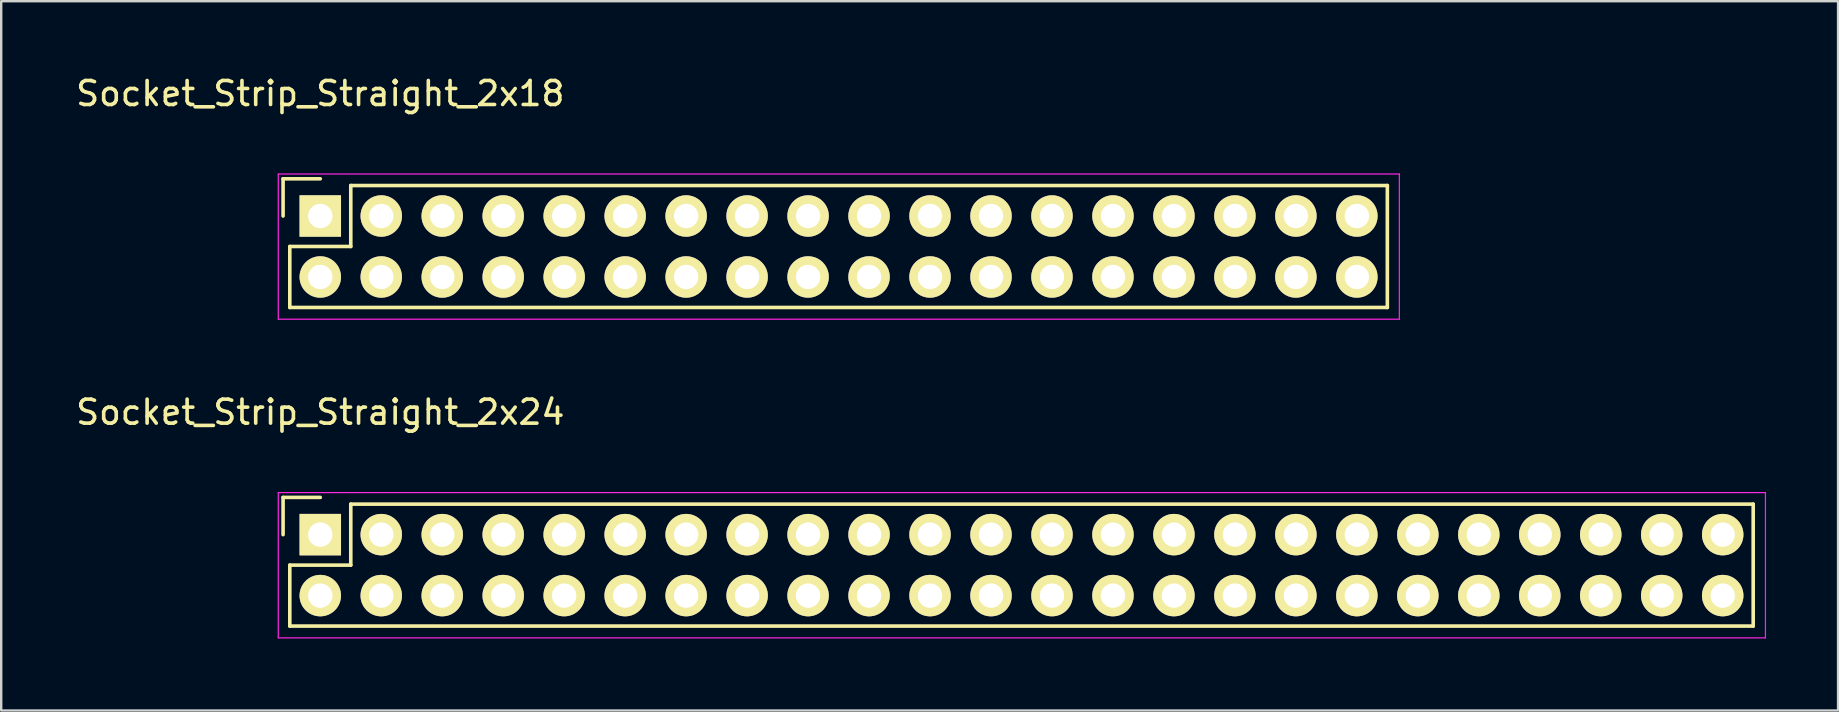
<source format=kicad_pcb>
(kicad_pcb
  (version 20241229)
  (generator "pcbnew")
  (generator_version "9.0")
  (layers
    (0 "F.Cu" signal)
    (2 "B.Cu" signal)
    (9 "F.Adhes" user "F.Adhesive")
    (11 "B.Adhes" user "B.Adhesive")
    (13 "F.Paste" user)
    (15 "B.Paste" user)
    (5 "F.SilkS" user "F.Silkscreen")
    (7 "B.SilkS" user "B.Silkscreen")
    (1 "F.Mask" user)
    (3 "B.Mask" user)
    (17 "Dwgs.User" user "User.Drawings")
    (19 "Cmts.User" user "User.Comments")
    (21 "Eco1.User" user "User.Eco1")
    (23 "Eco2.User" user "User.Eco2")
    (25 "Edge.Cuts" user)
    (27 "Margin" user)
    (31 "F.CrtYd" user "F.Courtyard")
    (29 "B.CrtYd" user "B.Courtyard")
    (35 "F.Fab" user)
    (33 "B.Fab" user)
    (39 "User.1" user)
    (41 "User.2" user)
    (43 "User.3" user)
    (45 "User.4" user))
  (footprint "Socket_Strip_Straight_2x18"
    (layer "F.Cu")
    (at 10.292 5.948)
    (property "Reference" "Socket_Strip_Straight_2x18" (at 0 -5.1 0) (layer "F.SilkS") (effects (font (size 1 1) (thickness 0.15))))
    (attr through_hole)
    (fp_line (start -1.55 -1.55) (end -1.55 0) (stroke (width 0.15) (type solid)) (layer "F.SilkS"))
    (fp_line (start -1.27 1.27) (end 1.27 1.27) (stroke (width 0.15) (type solid)) (layer "F.SilkS"))
    (fp_line (start -1.27 3.81) (end -1.27 1.27) (stroke (width 0.15) (type solid)) (layer "F.SilkS"))
    (fp_line (start -1.27 3.81) (end 44.45 3.81) (stroke (width 0.15) (type solid)) (layer "F.SilkS"))
    (fp_line (start 0 -1.55) (end -1.55 -1.55) (stroke (width 0.15) (type solid)) (layer "F.SilkS"))
    (fp_line (start 1.27 1.27) (end 1.27 -1.27) (stroke (width 0.15) (type solid)) (layer "F.SilkS"))
    (fp_line (start 44.45 -1.27) (end 1.27 -1.27) (stroke (width 0.15) (type solid)) (layer "F.SilkS"))
    (fp_line (start 44.45 3.81) (end 44.45 -1.27) (stroke (width 0.15) (type solid)) (layer "F.SilkS"))
    (fp_line (start -1.75 -1.75) (end -1.75 4.3) (stroke (width 0.05) (type solid)) (layer "F.CrtYd"))
    (fp_line (start -1.75 -1.75) (end 44.95 -1.75) (stroke (width 0.05) (type solid)) (layer "F.CrtYd"))
    (fp_line (start -1.75 4.3) (end 44.95 4.3) (stroke (width 0.05) (type solid)) (layer "F.CrtYd"))
    (fp_line (start 44.95 -1.75) (end 44.95 4.3) (stroke (width 0.05) (type solid)) (layer "F.CrtYd"))
    (pad "1" thru_hole rect (at 0 0) (size 1.727 1.727) (drill 1.016) (layers "*.Cu" "*.Mask" "F.SilkS"))
    (pad "2" thru_hole oval (at 0 2.54) (size 1.727 1.727) (drill 1.016) (layers "*.Cu" "*.Mask" "F.SilkS"))
    (pad "3" thru_hole oval (at 2.54 0) (size 1.727 1.727) (drill 1.016) (layers "*.Cu" "*.Mask" "F.SilkS"))
    (pad "4" thru_hole oval (at 2.54 2.54) (size 1.727 1.727) (drill 1.016) (layers "*.Cu" "*.Mask" "F.SilkS"))
    (pad "5" thru_hole oval (at 5.08 0) (size 1.727 1.727) (drill 1.016) (layers "*.Cu" "*.Mask" "F.SilkS"))
    (pad "6" thru_hole oval (at 5.08 2.54) (size 1.727 1.727) (drill 1.016) (layers "*.Cu" "*.Mask" "F.SilkS"))
    (pad "7" thru_hole oval (at 7.62 0) (size 1.727 1.727) (drill 1.016) (layers "*.Cu" "*.Mask" "F.SilkS"))
    (pad "8" thru_hole oval (at 7.62 2.54) (size 1.727 1.727) (drill 1.016) (layers "*.Cu" "*.Mask" "F.SilkS"))
    (pad "9" thru_hole oval (at 10.16 0) (size 1.727 1.727) (drill 1.016) (layers "*.Cu" "*.Mask" "F.SilkS"))
    (pad "10" thru_hole oval (at 10.16 2.54) (size 1.727 1.727) (drill 1.016) (layers "*.Cu" "*.Mask" "F.SilkS"))
    (pad "11" thru_hole oval (at 12.7 0) (size 1.727 1.727) (drill 1.016) (layers "*.Cu" "*.Mask" "F.SilkS"))
    (pad "12" thru_hole oval (at 12.7 2.54) (size 1.727 1.727) (drill 1.016) (layers "*.Cu" "*.Mask" "F.SilkS"))
    (pad "13" thru_hole oval (at 15.24 0) (size 1.727 1.727) (drill 1.016) (layers "*.Cu" "*.Mask" "F.SilkS"))
    (pad "14" thru_hole oval (at 15.24 2.54) (size 1.727 1.727) (drill 1.016) (layers "*.Cu" "*.Mask" "F.SilkS"))
    (pad "15" thru_hole oval (at 17.78 0) (size 1.727 1.727) (drill 1.016) (layers "*.Cu" "*.Mask" "F.SilkS"))
    (pad "16" thru_hole oval (at 17.78 2.54) (size 1.727 1.727) (drill 1.016) (layers "*.Cu" "*.Mask" "F.SilkS"))
    (pad "17" thru_hole oval (at 20.32 0) (size 1.727 1.727) (drill 1.016) (layers "*.Cu" "*.Mask" "F.SilkS"))
    (pad "18" thru_hole oval (at 20.32 2.54) (size 1.727 1.727) (drill 1.016) (layers "*.Cu" "*.Mask" "F.SilkS"))
    (pad "19" thru_hole oval (at 22.86 0) (size 1.727 1.727) (drill 1.016) (layers "*.Cu" "*.Mask" "F.SilkS"))
    (pad "20" thru_hole oval (at 22.86 2.54) (size 1.727 1.727) (drill 1.016) (layers "*.Cu" "*.Mask" "F.SilkS"))
    (pad "21" thru_hole oval (at 25.4 0) (size 1.727 1.727) (drill 1.016) (layers "*.Cu" "*.Mask" "F.SilkS"))
    (pad "22" thru_hole oval (at 25.4 2.54) (size 1.727 1.727) (drill 1.016) (layers "*.Cu" "*.Mask" "F.SilkS"))
    (pad "23" thru_hole oval (at 27.94 0) (size 1.727 1.727) (drill 1.016) (layers "*.Cu" "*.Mask" "F.SilkS"))
    (pad "24" thru_hole oval (at 27.94 2.54) (size 1.727 1.727) (drill 1.016) (layers "*.Cu" "*.Mask" "F.SilkS"))
    (pad "25" thru_hole oval (at 30.48 0) (size 1.727 1.727) (drill 1.016) (layers "*.Cu" "*.Mask" "F.SilkS"))
    (pad "26" thru_hole oval (at 30.48 2.54) (size 1.727 1.727) (drill 1.016) (layers "*.Cu" "*.Mask" "F.SilkS"))
    (pad "27" thru_hole oval (at 33.02 0) (size 1.727 1.727) (drill 1.016) (layers "*.Cu" "*.Mask" "F.SilkS"))
    (pad "28" thru_hole oval (at 33.02 2.54) (size 1.727 1.727) (drill 1.016) (layers "*.Cu" "*.Mask" "F.SilkS"))
    (pad "29" thru_hole oval (at 35.56 0) (size 1.727 1.727) (drill 1.016) (layers "*.Cu" "*.Mask" "F.SilkS"))
    (pad "30" thru_hole oval (at 35.56 2.54) (size 1.727 1.727) (drill 1.016) (layers "*.Cu" "*.Mask" "F.SilkS"))
    (pad "31" thru_hole oval (at 38.1 0) (size 1.727 1.727) (drill 1.016) (layers "*.Cu" "*.Mask" "F.SilkS"))
    (pad "32" thru_hole oval (at 38.1 2.54) (size 1.727 1.727) (drill 1.016) (layers "*.Cu" "*.Mask" "F.SilkS"))
    (pad "33" thru_hole oval (at 40.64 0) (size 1.727 1.727) (drill 1.016) (layers "*.Cu" "*.Mask" "F.SilkS"))
    (pad "34" thru_hole oval (at 40.64 2.54) (size 1.727 1.727) (drill 1.016) (layers "*.Cu" "*.Mask" "F.SilkS"))
    (pad "35" thru_hole oval (at 43.18 0) (size 1.727 1.727) (drill 1.016) (layers "*.Cu" "*.Mask" "F.SilkS"))
    (pad "36" thru_hole oval (at 43.18 2.54) (size 1.727 1.727) (drill 1.016) (layers "*.Cu" "*.Mask" "F.SilkS")))
  (footprint "Socket_Strip_Straight_2x24"
    (layer "F.Cu")
    (at 10.292 19.221)
    (property "Reference" "Socket_Strip_Straight_2x24" (at 0 -5.1 0) (layer "F.SilkS") (effects (font (size 1 1) (thickness 0.15))))
    (attr through_hole)
    (fp_line (start -1.55 -1.55) (end -1.55 0) (stroke (width 0.15) (type solid)) (layer "F.SilkS"))
    (fp_line (start -1.27 1.27) (end 1.27 1.27) (stroke (width 0.15) (type solid)) (layer "F.SilkS"))
    (fp_line (start -1.27 3.81) (end -1.27 1.27) (stroke (width 0.15) (type solid)) (layer "F.SilkS"))
    (fp_line (start 0 -1.55) (end -1.55 -1.55) (stroke (width 0.15) (type solid)) (layer "F.SilkS"))
    (fp_line (start 1.27 -1.27) (end 59.69 -1.27) (stroke (width 0.15) (type solid)) (layer "F.SilkS"))
    (fp_line (start 1.27 1.27) (end 1.27 -1.27) (stroke (width 0.15) (type solid)) (layer "F.SilkS"))
    (fp_line (start 59.69 3.81) (end -1.27 3.81) (stroke (width 0.15) (type solid)) (layer "F.SilkS"))
    (fp_line (start 59.69 3.81) (end 59.69 -1.27) (stroke (width 0.15) (type solid)) (layer "F.SilkS"))
    (fp_line (start -1.75 -1.75) (end -1.75 4.3) (stroke (width 0.05) (type solid)) (layer "F.CrtYd"))
    (fp_line (start -1.75 -1.75) (end 60.2 -1.75) (stroke (width 0.05) (type solid)) (layer "F.CrtYd"))
    (fp_line (start -1.75 4.3) (end 60.2 4.3) (stroke (width 0.05) (type solid)) (layer "F.CrtYd"))
    (fp_line (start 60.2 -1.75) (end 60.2 4.3) (stroke (width 0.05) (type solid)) (layer "F.CrtYd"))
    (pad "1" thru_hole rect (at 0 0) (size 1.727 1.727) (drill 1.016) (layers "*.Cu" "*.Mask" "F.SilkS"))
    (pad "2" thru_hole oval (at 0 2.54) (size 1.727 1.727) (drill 1.016) (layers "*.Cu" "*.Mask" "F.SilkS"))
    (pad "3" thru_hole oval (at 2.54 0) (size 1.727 1.727) (drill 1.016) (layers "*.Cu" "*.Mask" "F.SilkS"))
    (pad "4" thru_hole oval (at 2.54 2.54) (size 1.727 1.727) (drill 1.016) (layers "*.Cu" "*.Mask" "F.SilkS"))
    (pad "5" thru_hole oval (at 5.08 0) (size 1.727 1.727) (drill 1.016) (layers "*.Cu" "*.Mask" "F.SilkS"))
    (pad "6" thru_hole oval (at 5.08 2.54) (size 1.727 1.727) (drill 1.016) (layers "*.Cu" "*.Mask" "F.SilkS"))
    (pad "7" thru_hole oval (at 7.62 0) (size 1.727 1.727) (drill 1.016) (layers "*.Cu" "*.Mask" "F.SilkS"))
    (pad "8" thru_hole oval (at 7.62 2.54) (size 1.727 1.727) (drill 1.016) (layers "*.Cu" "*.Mask" "F.SilkS"))
    (pad "9" thru_hole oval (at 10.16 0) (size 1.727 1.727) (drill 1.016) (layers "*.Cu" "*.Mask" "F.SilkS"))
    (pad "10" thru_hole oval (at 10.16 2.54) (size 1.727 1.727) (drill 1.016) (layers "*.Cu" "*.Mask" "F.SilkS"))
    (pad "11" thru_hole oval (at 12.7 0) (size 1.727 1.727) (drill 1.016) (layers "*.Cu" "*.Mask" "F.SilkS"))
    (pad "12" thru_hole oval (at 12.7 2.54) (size 1.727 1.727) (drill 1.016) (layers "*.Cu" "*.Mask" "F.SilkS"))
    (pad "13" thru_hole oval (at 15.24 0) (size 1.727 1.727) (drill 1.016) (layers "*.Cu" "*.Mask" "F.SilkS"))
    (pad "14" thru_hole oval (at 15.24 2.54) (size 1.727 1.727) (drill 1.016) (layers "*.Cu" "*.Mask" "F.SilkS"))
    (pad "15" thru_hole oval (at 17.78 0) (size 1.727 1.727) (drill 1.016) (layers "*.Cu" "*.Mask" "F.SilkS"))
    (pad "16" thru_hole oval (at 17.78 2.54) (size 1.727 1.727) (drill 1.016) (layers "*.Cu" "*.Mask" "F.SilkS"))
    (pad "17" thru_hole oval (at 20.32 0) (size 1.727 1.727) (drill 1.016) (layers "*.Cu" "*.Mask" "F.SilkS"))
    (pad "18" thru_hole oval (at 20.32 2.54) (size 1.727 1.727) (drill 1.016) (layers "*.Cu" "*.Mask" "F.SilkS"))
    (pad "19" thru_hole oval (at 22.86 0) (size 1.727 1.727) (drill 1.016) (layers "*.Cu" "*.Mask" "F.SilkS"))
    (pad "20" thru_hole oval (at 22.86 2.54) (size 1.727 1.727) (drill 1.016) (layers "*.Cu" "*.Mask" "F.SilkS"))
    (pad "21" thru_hole oval (at 25.4 0) (size 1.727 1.727) (drill 1.016) (layers "*.Cu" "*.Mask" "F.SilkS"))
    (pad "22" thru_hole oval (at 25.4 2.54) (size 1.727 1.727) (drill 1.016) (layers "*.Cu" "*.Mask" "F.SilkS"))
    (pad "23" thru_hole oval (at 27.94 0) (size 1.727 1.727) (drill 1.016) (layers "*.Cu" "*.Mask" "F.SilkS"))
    (pad "24" thru_hole oval (at 27.94 2.54) (size 1.727 1.727) (drill 1.016) (layers "*.Cu" "*.Mask" "F.SilkS"))
    (pad "25" thru_hole oval (at 30.48 0) (size 1.727 1.727) (drill 1.016) (layers "*.Cu" "*.Mask" "F.SilkS"))
    (pad "26" thru_hole oval (at 30.48 2.54) (size 1.727 1.727) (drill 1.016) (layers "*.Cu" "*.Mask" "F.SilkS"))
    (pad "27" thru_hole oval (at 33.02 0) (size 1.727 1.727) (drill 1.016) (layers "*.Cu" "*.Mask" "F.SilkS"))
    (pad "28" thru_hole oval (at 33.02 2.54) (size 1.727 1.727) (drill 1.016) (layers "*.Cu" "*.Mask" "F.SilkS"))
    (pad "29" thru_hole oval (at 35.56 0) (size 1.727 1.727) (drill 1.016) (layers "*.Cu" "*.Mask" "F.SilkS"))
    (pad "30" thru_hole oval (at 35.56 2.54) (size 1.727 1.727) (drill 1.016) (layers "*.Cu" "*.Mask" "F.SilkS"))
    (pad "31" thru_hole oval (at 38.1 0) (size 1.727 1.727) (drill 1.016) (layers "*.Cu" "*.Mask" "F.SilkS"))
    (pad "32" thru_hole oval (at 38.1 2.54) (size 1.727 1.727) (drill 1.016) (layers "*.Cu" "*.Mask" "F.SilkS"))
    (pad "33" thru_hole oval (at 40.64 0) (size 1.727 1.727) (drill 1.016) (layers "*.Cu" "*.Mask" "F.SilkS"))
    (pad "34" thru_hole oval (at 40.64 2.54) (size 1.727 1.727) (drill 1.016) (layers "*.Cu" "*.Mask" "F.SilkS"))
    (pad "35" thru_hole oval (at 43.18 0) (size 1.727 1.727) (drill 1.016) (layers "*.Cu" "*.Mask" "F.SilkS"))
    (pad "36" thru_hole oval (at 43.18 2.54) (size 1.727 1.727) (drill 1.016) (layers "*.Cu" "*.Mask" "F.SilkS"))
    (pad "37" thru_hole oval (at 45.72 0) (size 1.727 1.727) (drill 1.016) (layers "*.Cu" "*.Mask" "F.SilkS"))
    (pad "38" thru_hole oval (at 45.72 2.54) (size 1.727 1.727) (drill 1.016) (layers "*.Cu" "*.Mask" "F.SilkS"))
    (pad "39" thru_hole oval (at 48.26 0) (size 1.727 1.727) (drill 1.016) (layers "*.Cu" "*.Mask" "F.SilkS"))
    (pad "40" thru_hole oval (at 48.26 2.54) (size 1.727 1.727) (drill 1.016) (layers "*.Cu" "*.Mask" "F.SilkS"))
    (pad "41" thru_hole oval (at 50.8 0) (size 1.727 1.727) (drill 1.016) (layers "*.Cu" "*.Mask" "F.SilkS"))
    (pad "42" thru_hole oval (at 50.8 2.54) (size 1.727 1.727) (drill 1.016) (layers "*.Cu" "*.Mask" "F.SilkS"))
    (pad "43" thru_hole oval (at 53.34 0) (size 1.727 1.727) (drill 1.016) (layers "*.Cu" "*.Mask" "F.SilkS"))
    (pad "44" thru_hole oval (at 53.34 2.54) (size 1.727 1.727) (drill 1.016) (layers "*.Cu" "*.Mask" "F.SilkS"))
    (pad "45" thru_hole oval (at 55.88 0) (size 1.727 1.727) (drill 1.016) (layers "*.Cu" "*.Mask" "F.SilkS"))
    (pad "46" thru_hole oval (at 55.88 2.54) (size 1.727 1.727) (drill 1.016) (layers "*.Cu" "*.Mask" "F.SilkS"))
    (pad "47" thru_hole oval (at 58.42 0) (size 1.727 1.727) (drill 1.016) (layers "*.Cu" "*.Mask" "F.SilkS"))
    (pad "48" thru_hole oval (at 58.42 2.54) (size 1.727 1.727) (drill 1.016) (layers "*.Cu" "*.Mask" "F.SilkS")))
  (gr_rect
    (start -3 -3)
    (end 73.517 26.547)
    (stroke (width 0.1) (type default))
    (fill no)
    (layer "Edge.Cuts")))
</source>
